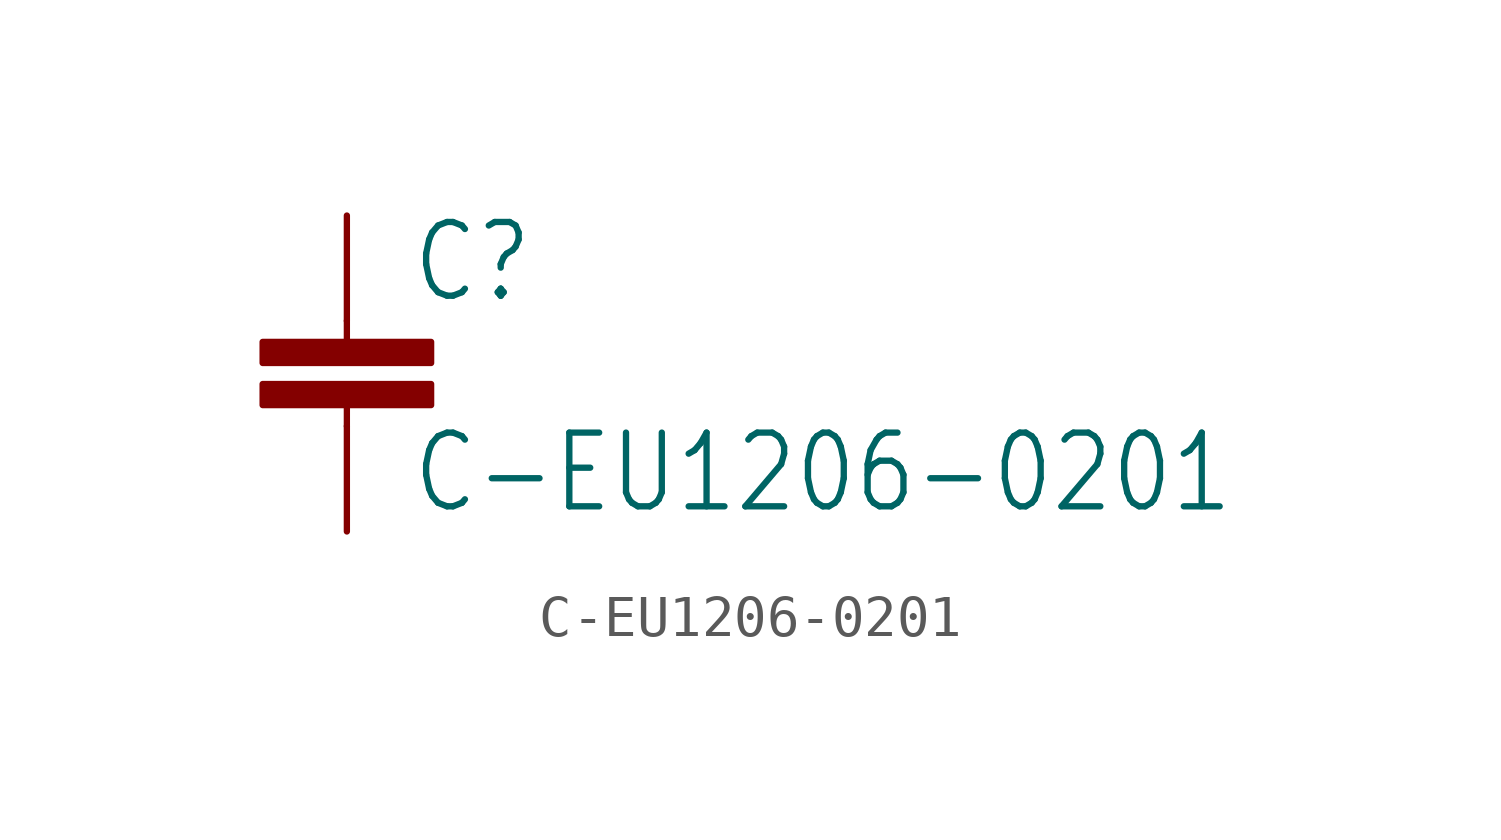
<source format=kicad_sym>
(kicad_symbol_lib
  (version 20210619)
  (generator kicad_symbol_editor)
  (symbol "C-EU1206-0201"
    (property "Reference" "C"
      (at 1.524 0.381 0)
      (effects (font (size 1.778 1.511)) (justify left bottom)))
    (property "Value" "C-EU1206-0201"
      (at 1.524 -4.699 0)
      (effects (font (size 1.778 1.511)) (justify left bottom)))
    (property "ki_locked" ""
      (at 0 0 0)
      (effects (font (size 1.27 1.27))))
    (symbol "C-EU1206-0201_1_0"
      (rectangle (start -2.032 -2.032) (end 2.032 -1.524) (stroke (width 0)) (fill (type outline)))
      (rectangle (start -2.032 -1.016) (end 2.032 -0.508) (stroke (width 0)) (fill (type outline)))
      (polyline (pts (xy 0 -2.54) (xy 0 -2.032)) (stroke (width 0.152)) (fill (type none)))
      (polyline (pts (xy 0 0) (xy 0 -0.508)) (stroke (width 0.152)) (fill (type none)))
      (pin passive line (at 0 2.54 270) (length 2.54) (name "1" (effects (font (size 0 0)))) (number "1" (effects (font (size 0 0)))))
      (pin passive line (at 0 -5.08 90) (length 2.54) (name "2" (effects (font (size 0 0)))) (number "2" (effects (font (size 0 0))))))))
</source>
